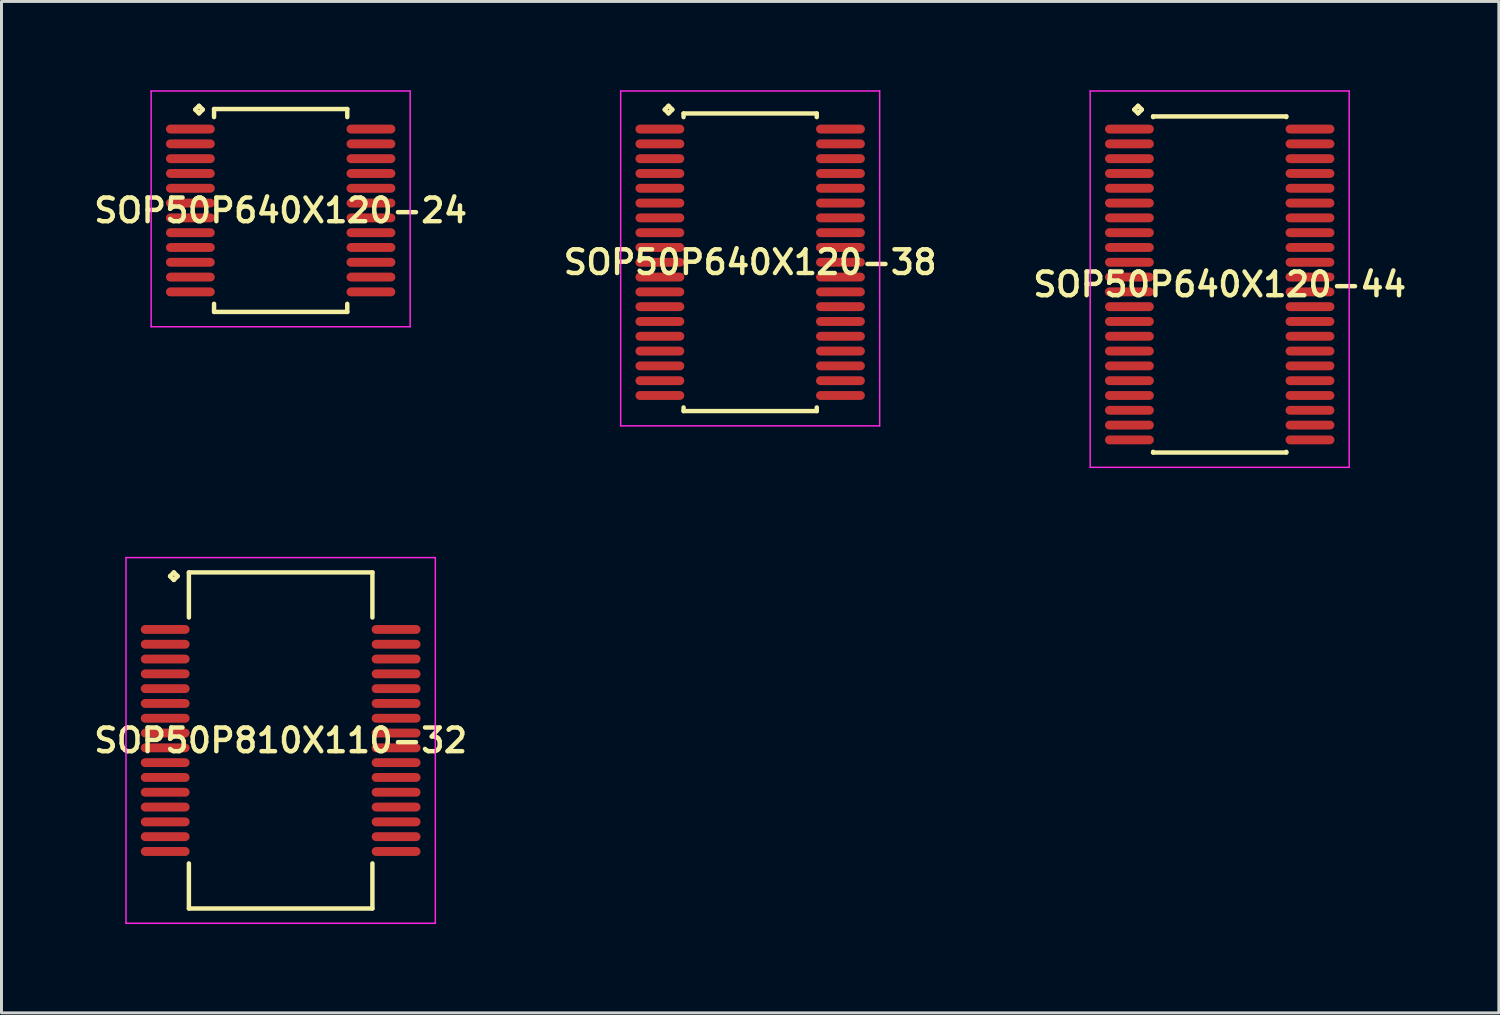
<source format=kicad_pcb>
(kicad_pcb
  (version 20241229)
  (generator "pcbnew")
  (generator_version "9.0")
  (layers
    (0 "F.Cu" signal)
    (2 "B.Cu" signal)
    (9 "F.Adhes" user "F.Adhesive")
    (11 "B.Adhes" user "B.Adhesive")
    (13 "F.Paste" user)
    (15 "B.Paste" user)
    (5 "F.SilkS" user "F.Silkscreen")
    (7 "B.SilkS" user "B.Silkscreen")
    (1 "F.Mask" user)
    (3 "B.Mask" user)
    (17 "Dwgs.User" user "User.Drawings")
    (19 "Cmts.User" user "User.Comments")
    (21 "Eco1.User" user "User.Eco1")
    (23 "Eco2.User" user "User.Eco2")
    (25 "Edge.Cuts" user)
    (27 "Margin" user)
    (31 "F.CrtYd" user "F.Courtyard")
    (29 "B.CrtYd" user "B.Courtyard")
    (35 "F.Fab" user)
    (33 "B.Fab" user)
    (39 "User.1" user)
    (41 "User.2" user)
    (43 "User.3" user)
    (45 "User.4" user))
  (footprint "SOP50P640X120-24"
    (layer "F.Cu")
    (at 6.431 4.06)
    (property "Reference" "SOP50P640X120-24" (at 0 0 0) (layer "F.SilkS") (effects (font (size 0.8 0.8) (thickness 0.15))))
    (attr smd)
    (fp_line (start -2.885 -3.408) (end -2.758 -3.535) (stroke (width 0.15) (type solid)) (layer "F.SilkS"))
    (fp_line (start -2.758 -3.535) (end -2.631 -3.408) (stroke (width 0.15) (type solid)) (layer "F.SilkS"))
    (fp_line (start -2.758 -3.281) (end -2.885 -3.408) (stroke (width 0.15) (type solid)) (layer "F.SilkS"))
    (fp_line (start -2.631 -3.408) (end -2.758 -3.281) (stroke (width 0.15) (type solid)) (layer "F.SilkS"))
    (fp_line (start -2.25 -3.427) (end 2.25 -3.427) (stroke (width 0.15) (type solid)) (layer "F.SilkS"))
    (fp_line (start -2.25 -3.154) (end -2.25 -3.427) (stroke (width 0.15) (type solid)) (layer "F.SilkS"))
    (fp_line (start -2.25 3.154) (end -2.25 3.427) (stroke (width 0.15) (type solid)) (layer "F.SilkS"))
    (fp_line (start -2.25 3.427) (end 2.25 3.427) (stroke (width 0.15) (type solid)) (layer "F.SilkS"))
    (fp_line (start 2.25 -3.427) (end 2.25 -3.154) (stroke (width 0.15) (type solid)) (layer "F.SilkS"))
    (fp_line (start 2.25 3.427) (end 2.25 3.154) (stroke (width 0.15) (type solid)) (layer "F.SilkS"))
    (fp_line (start -4.375 -4.035) (end 4.375 -4.035) (stroke (width 0.05) (type solid)) (layer "F.CrtYd"))
    (fp_line (start -4.375 3.927) (end -4.375 -4.035) (stroke (width 0.05) (type solid)) (layer "F.CrtYd"))
    (fp_line (start 4.375 -4.035) (end 4.375 3.927) (stroke (width 0.05) (type solid)) (layer "F.CrtYd"))
    (fp_line (start 4.375 3.927) (end -4.375 3.927) (stroke (width 0.05) (type solid)) (layer "F.CrtYd"))
    (pad "1" smd oval (at -3.05 -2.75) (size 1.65 0.3) (layers "F.Cu" "F.Mask" "F.Paste"))
    (pad "2" smd oval (at -3.05 -2.25) (size 1.65 0.3) (layers "F.Cu" "F.Mask" "F.Paste"))
    (pad "3" smd oval (at -3.05 -1.75) (size 1.65 0.3) (layers "F.Cu" "F.Mask" "F.Paste"))
    (pad "4" smd oval (at -3.05 -1.25) (size 1.65 0.3) (layers "F.Cu" "F.Mask" "F.Paste"))
    (pad "5" smd oval (at -3.05 -0.75) (size 1.65 0.3) (layers "F.Cu" "F.Mask" "F.Paste"))
    (pad "6" smd oval (at -3.05 -0.25) (size 1.65 0.3) (layers "F.Cu" "F.Mask" "F.Paste"))
    (pad "7" smd oval (at -3.05 0.25) (size 1.65 0.3) (layers "F.Cu" "F.Mask" "F.Paste"))
    (pad "8" smd oval (at -3.05 0.75) (size 1.65 0.3) (layers "F.Cu" "F.Mask" "F.Paste"))
    (pad "9" smd oval (at -3.05 1.25) (size 1.65 0.3) (layers "F.Cu" "F.Mask" "F.Paste"))
    (pad "10" smd oval (at -3.05 1.75) (size 1.65 0.3) (layers "F.Cu" "F.Mask" "F.Paste"))
    (pad "11" smd oval (at -3.05 2.25) (size 1.65 0.3) (layers "F.Cu" "F.Mask" "F.Paste"))
    (pad "12" smd oval (at -3.05 2.75) (size 1.65 0.3) (layers "F.Cu" "F.Mask" "F.Paste"))
    (pad "13" smd oval (at 3.05 2.75) (size 1.65 0.3) (layers "F.Cu" "F.Mask" "F.Paste"))
    (pad "14" smd oval (at 3.05 2.25) (size 1.65 0.3) (layers "F.Cu" "F.Mask" "F.Paste"))
    (pad "15" smd oval (at 3.05 1.75) (size 1.65 0.3) (layers "F.Cu" "F.Mask" "F.Paste"))
    (pad "16" smd oval (at 3.05 1.25) (size 1.65 0.3) (layers "F.Cu" "F.Mask" "F.Paste"))
    (pad "17" smd oval (at 3.05 0.75) (size 1.65 0.3) (layers "F.Cu" "F.Mask" "F.Paste"))
    (pad "18" smd oval (at 3.05 0.25) (size 1.65 0.3) (layers "F.Cu" "F.Mask" "F.Paste"))
    (pad "19" smd oval (at 3.05 -0.25) (size 1.65 0.3) (layers "F.Cu" "F.Mask" "F.Paste"))
    (pad "20" smd oval (at 3.05 -0.75) (size 1.65 0.3) (layers "F.Cu" "F.Mask" "F.Paste"))
    (pad "21" smd oval (at 3.05 -1.25) (size 1.65 0.3) (layers "F.Cu" "F.Mask" "F.Paste"))
    (pad "22" smd oval (at 3.05 -1.75) (size 1.65 0.3) (layers "F.Cu" "F.Mask" "F.Paste"))
    (pad "23" smd oval (at 3.05 -2.25) (size 1.65 0.3) (layers "F.Cu" "F.Mask" "F.Paste"))
    (pad "24" smd oval (at 3.05 -2.75) (size 1.65 0.3) (layers "F.Cu" "F.Mask" "F.Paste")))
  (footprint "SOP50P640X120-44"
    (layer "F.Cu")
    (at 38.154 6.56)
    (property "Reference" "SOP50P640X120-44" (at 0 0 0) (layer "F.SilkS") (effects (font (size 0.8 0.8) (thickness 0.15))))
    (attr smd)
    (fp_line (start -2.885 -5.908) (end -2.758 -6.035) (stroke (width 0.15) (type solid)) (layer "F.SilkS"))
    (fp_line (start -2.758 -6.035) (end -2.631 -5.908) (stroke (width 0.15) (type solid)) (layer "F.SilkS"))
    (fp_line (start -2.758 -5.781) (end -2.885 -5.908) (stroke (width 0.15) (type solid)) (layer "F.SilkS"))
    (fp_line (start -2.631 -5.908) (end -2.758 -5.781) (stroke (width 0.15) (type solid)) (layer "F.SilkS"))
    (fp_line (start -2.25 -5.677) (end 2.25 -5.677) (stroke (width 0.15) (type solid)) (layer "F.SilkS"))
    (fp_line (start -2.25 -5.654) (end -2.25 -5.677) (stroke (width 0.15) (type solid)) (layer "F.SilkS"))
    (fp_line (start -2.25 5.654) (end -2.25 5.677) (stroke (width 0.15) (type solid)) (layer "F.SilkS"))
    (fp_line (start -2.25 5.677) (end 2.25 5.677) (stroke (width 0.15) (type solid)) (layer "F.SilkS"))
    (fp_line (start 2.25 -5.677) (end 2.25 -5.654) (stroke (width 0.15) (type solid)) (layer "F.SilkS"))
    (fp_line (start 2.25 5.677) (end 2.25 5.654) (stroke (width 0.15) (type solid)) (layer "F.SilkS"))
    (fp_line (start -4.375 -6.535) (end 4.375 -6.535) (stroke (width 0.05) (type solid)) (layer "F.CrtYd"))
    (fp_line (start -4.375 6.177) (end -4.375 -6.535) (stroke (width 0.05) (type solid)) (layer "F.CrtYd"))
    (fp_line (start 4.375 -6.535) (end 4.375 6.177) (stroke (width 0.05) (type solid)) (layer "F.CrtYd"))
    (fp_line (start 4.375 6.177) (end -4.375 6.177) (stroke (width 0.05) (type solid)) (layer "F.CrtYd"))
    (pad "1" smd oval (at -3.05 -5.25) (size 1.65 0.3) (layers "F.Cu" "F.Mask" "F.Paste"))
    (pad "2" smd oval (at -3.05 -4.75) (size 1.65 0.3) (layers "F.Cu" "F.Mask" "F.Paste"))
    (pad "3" smd oval (at -3.05 -4.25) (size 1.65 0.3) (layers "F.Cu" "F.Mask" "F.Paste"))
    (pad "4" smd oval (at -3.05 -3.75) (size 1.65 0.3) (layers "F.Cu" "F.Mask" "F.Paste"))
    (pad "5" smd oval (at -3.05 -3.25) (size 1.65 0.3) (layers "F.Cu" "F.Mask" "F.Paste"))
    (pad "6" smd oval (at -3.05 -2.75) (size 1.65 0.3) (layers "F.Cu" "F.Mask" "F.Paste"))
    (pad "7" smd oval (at -3.05 -2.25) (size 1.65 0.3) (layers "F.Cu" "F.Mask" "F.Paste"))
    (pad "8" smd oval (at -3.05 -1.75) (size 1.65 0.3) (layers "F.Cu" "F.Mask" "F.Paste"))
    (pad "9" smd oval (at -3.05 -1.25) (size 1.65 0.3) (layers "F.Cu" "F.Mask" "F.Paste"))
    (pad "10" smd oval (at -3.05 -0.75) (size 1.65 0.3) (layers "F.Cu" "F.Mask" "F.Paste"))
    (pad "11" smd oval (at -3.05 -0.25) (size 1.65 0.3) (layers "F.Cu" "F.Mask" "F.Paste"))
    (pad "12" smd oval (at -3.05 0.25) (size 1.65 0.3) (layers "F.Cu" "F.Mask" "F.Paste"))
    (pad "13" smd oval (at -3.05 0.75) (size 1.65 0.3) (layers "F.Cu" "F.Mask" "F.Paste"))
    (pad "14" smd oval (at -3.05 1.25) (size 1.65 0.3) (layers "F.Cu" "F.Mask" "F.Paste"))
    (pad "15" smd oval (at -3.05 1.75) (size 1.65 0.3) (layers "F.Cu" "F.Mask" "F.Paste"))
    (pad "16" smd oval (at -3.05 2.25) (size 1.65 0.3) (layers "F.Cu" "F.Mask" "F.Paste"))
    (pad "17" smd oval (at -3.05 2.75) (size 1.65 0.3) (layers "F.Cu" "F.Mask" "F.Paste"))
    (pad "18" smd oval (at -3.05 3.25) (size 1.65 0.3) (layers "F.Cu" "F.Mask" "F.Paste"))
    (pad "19" smd oval (at -3.05 3.75) (size 1.65 0.3) (layers "F.Cu" "F.Mask" "F.Paste"))
    (pad "20" smd oval (at -3.05 4.25) (size 1.65 0.3) (layers "F.Cu" "F.Mask" "F.Paste"))
    (pad "21" smd oval (at -3.05 4.75) (size 1.65 0.3) (layers "F.Cu" "F.Mask" "F.Paste"))
    (pad "22" smd oval (at -3.05 5.25) (size 1.65 0.3) (layers "F.Cu" "F.Mask" "F.Paste"))
    (pad "23" smd oval (at 3.05 5.25) (size 1.65 0.3) (layers "F.Cu" "F.Mask" "F.Paste"))
    (pad "24" smd oval (at 3.05 4.75) (size 1.65 0.3) (layers "F.Cu" "F.Mask" "F.Paste"))
    (pad "25" smd oval (at 3.05 4.25) (size 1.65 0.3) (layers "F.Cu" "F.Mask" "F.Paste"))
    (pad "26" smd oval (at 3.05 3.75) (size 1.65 0.3) (layers "F.Cu" "F.Mask" "F.Paste"))
    (pad "27" smd oval (at 3.05 3.25) (size 1.65 0.3) (layers "F.Cu" "F.Mask" "F.Paste"))
    (pad "28" smd oval (at 3.05 2.75) (size 1.65 0.3) (layers "F.Cu" "F.Mask" "F.Paste"))
    (pad "29" smd oval (at 3.05 2.25) (size 1.65 0.3) (layers "F.Cu" "F.Mask" "F.Paste"))
    (pad "30" smd oval (at 3.05 1.75) (size 1.65 0.3) (layers "F.Cu" "F.Mask" "F.Paste"))
    (pad "31" smd oval (at 3.05 1.25) (size 1.65 0.3) (layers "F.Cu" "F.Mask" "F.Paste"))
    (pad "32" smd oval (at 3.05 0.75) (size 1.65 0.3) (layers "F.Cu" "F.Mask" "F.Paste"))
    (pad "33" smd oval (at 3.05 0.25) (size 1.65 0.3) (layers "F.Cu" "F.Mask" "F.Paste"))
    (pad "34" smd oval (at 3.05 -0.25) (size 1.65 0.3) (layers "F.Cu" "F.Mask" "F.Paste"))
    (pad "35" smd oval (at 3.05 -0.75) (size 1.65 0.3) (layers "F.Cu" "F.Mask" "F.Paste"))
    (pad "36" smd oval (at 3.05 -1.25) (size 1.65 0.3) (layers "F.Cu" "F.Mask" "F.Paste"))
    (pad "37" smd oval (at 3.05 -1.75) (size 1.65 0.3) (layers "F.Cu" "F.Mask" "F.Paste"))
    (pad "38" smd oval (at 3.05 -2.25) (size 1.65 0.3) (layers "F.Cu" "F.Mask" "F.Paste"))
    (pad "39" smd oval (at 3.05 -2.75) (size 1.65 0.3) (layers "F.Cu" "F.Mask" "F.Paste"))
    (pad "40" smd oval (at 3.05 -3.25) (size 1.65 0.3) (layers "F.Cu" "F.Mask" "F.Paste"))
    (pad "41" smd oval (at 3.05 -3.75) (size 1.65 0.3) (layers "F.Cu" "F.Mask" "F.Paste"))
    (pad "42" smd oval (at 3.05 -4.25) (size 1.65 0.3) (layers "F.Cu" "F.Mask" "F.Paste"))
    (pad "43" smd oval (at 3.05 -4.75) (size 1.65 0.3) (layers "F.Cu" "F.Mask" "F.Paste"))
    (pad "44" smd oval (at 3.05 -5.25) (size 1.65 0.3) (layers "F.Cu" "F.Mask" "F.Paste")))
  (footprint "SOP50P640X120-38"
    (layer "F.Cu")
    (at 22.292 5.81)
    (property "Reference" "SOP50P640X120-38" (at 0 0 0) (layer "F.SilkS") (effects (font (size 0.8 0.8) (thickness 0.15))))
    (attr smd)
    (fp_line (start -2.885 -5.158) (end -2.758 -5.285) (stroke (width 0.15) (type solid)) (layer "F.SilkS"))
    (fp_line (start -2.758 -5.285) (end -2.631 -5.158) (stroke (width 0.15) (type solid)) (layer "F.SilkS"))
    (fp_line (start -2.758 -5.031) (end -2.885 -5.158) (stroke (width 0.15) (type solid)) (layer "F.SilkS"))
    (fp_line (start -2.631 -5.158) (end -2.758 -5.031) (stroke (width 0.15) (type solid)) (layer "F.SilkS"))
    (fp_line (start -2.25 -5.027) (end 2.25 -5.027) (stroke (width 0.15) (type solid)) (layer "F.SilkS"))
    (fp_line (start -2.25 -4.904) (end -2.25 -5.027) (stroke (width 0.15) (type solid)) (layer "F.SilkS"))
    (fp_line (start -2.25 4.904) (end -2.25 5.027) (stroke (width 0.15) (type solid)) (layer "F.SilkS"))
    (fp_line (start -2.25 5.027) (end 2.25 5.027) (stroke (width 0.15) (type solid)) (layer "F.SilkS"))
    (fp_line (start 2.25 -5.027) (end 2.25 -4.904) (stroke (width 0.15) (type solid)) (layer "F.SilkS"))
    (fp_line (start 2.25 5.027) (end 2.25 4.904) (stroke (width 0.15) (type solid)) (layer "F.SilkS"))
    (fp_line (start -4.375 -5.785) (end 4.375 -5.785) (stroke (width 0.05) (type solid)) (layer "F.CrtYd"))
    (fp_line (start -4.375 5.527) (end -4.375 -5.785) (stroke (width 0.05) (type solid)) (layer "F.CrtYd"))
    (fp_line (start 4.375 -5.785) (end 4.375 5.527) (stroke (width 0.05) (type solid)) (layer "F.CrtYd"))
    (fp_line (start 4.375 5.527) (end -4.375 5.527) (stroke (width 0.05) (type solid)) (layer "F.CrtYd"))
    (pad "1" smd oval (at -3.05 -4.5) (size 1.65 0.3) (layers "F.Cu" "F.Mask" "F.Paste"))
    (pad "2" smd oval (at -3.05 -4) (size 1.65 0.3) (layers "F.Cu" "F.Mask" "F.Paste"))
    (pad "3" smd oval (at -3.05 -3.5) (size 1.65 0.3) (layers "F.Cu" "F.Mask" "F.Paste"))
    (pad "4" smd oval (at -3.05 -3) (size 1.65 0.3) (layers "F.Cu" "F.Mask" "F.Paste"))
    (pad "5" smd oval (at -3.05 -2.5) (size 1.65 0.3) (layers "F.Cu" "F.Mask" "F.Paste"))
    (pad "6" smd oval (at -3.05 -2) (size 1.65 0.3) (layers "F.Cu" "F.Mask" "F.Paste"))
    (pad "7" smd oval (at -3.05 -1.5) (size 1.65 0.3) (layers "F.Cu" "F.Mask" "F.Paste"))
    (pad "8" smd oval (at -3.05 -1) (size 1.65 0.3) (layers "F.Cu" "F.Mask" "F.Paste"))
    (pad "9" smd oval (at -3.05 -0.5) (size 1.65 0.3) (layers "F.Cu" "F.Mask" "F.Paste"))
    (pad "10" smd oval (at -3.05 0) (size 1.65 0.3) (layers "F.Cu" "F.Mask" "F.Paste"))
    (pad "11" smd oval (at -3.05 0.5) (size 1.65 0.3) (layers "F.Cu" "F.Mask" "F.Paste"))
    (pad "12" smd oval (at -3.05 1) (size 1.65 0.3) (layers "F.Cu" "F.Mask" "F.Paste"))
    (pad "13" smd oval (at -3.05 1.5) (size 1.65 0.3) (layers "F.Cu" "F.Mask" "F.Paste"))
    (pad "14" smd oval (at -3.05 2) (size 1.65 0.3) (layers "F.Cu" "F.Mask" "F.Paste"))
    (pad "15" smd oval (at -3.05 2.5) (size 1.65 0.3) (layers "F.Cu" "F.Mask" "F.Paste"))
    (pad "16" smd oval (at -3.05 3) (size 1.65 0.3) (layers "F.Cu" "F.Mask" "F.Paste"))
    (pad "17" smd oval (at -3.05 3.5) (size 1.65 0.3) (layers "F.Cu" "F.Mask" "F.Paste"))
    (pad "18" smd oval (at -3.05 4) (size 1.65 0.3) (layers "F.Cu" "F.Mask" "F.Paste"))
    (pad "19" smd oval (at -3.05 4.5) (size 1.65 0.3) (layers "F.Cu" "F.Mask" "F.Paste"))
    (pad "20" smd oval (at 3.05 4.5) (size 1.65 0.3) (layers "F.Cu" "F.Mask" "F.Paste"))
    (pad "21" smd oval (at 3.05 4) (size 1.65 0.3) (layers "F.Cu" "F.Mask" "F.Paste"))
    (pad "22" smd oval (at 3.05 3.5) (size 1.65 0.3) (layers "F.Cu" "F.Mask" "F.Paste"))
    (pad "23" smd oval (at 3.05 3) (size 1.65 0.3) (layers "F.Cu" "F.Mask" "F.Paste"))
    (pad "24" smd oval (at 3.05 2.5) (size 1.65 0.3) (layers "F.Cu" "F.Mask" "F.Paste"))
    (pad "25" smd oval (at 3.05 2) (size 1.65 0.3) (layers "F.Cu" "F.Mask" "F.Paste"))
    (pad "26" smd oval (at 3.05 1.5) (size 1.65 0.3) (layers "F.Cu" "F.Mask" "F.Paste"))
    (pad "27" smd oval (at 3.05 1) (size 1.65 0.3) (layers "F.Cu" "F.Mask" "F.Paste"))
    (pad "28" smd oval (at 3.05 0.5) (size 1.65 0.3) (layers "F.Cu" "F.Mask" "F.Paste"))
    (pad "29" smd oval (at 3.05 0) (size 1.65 0.3) (layers "F.Cu" "F.Mask" "F.Paste"))
    (pad "30" smd oval (at 3.05 -0.5) (size 1.65 0.3) (layers "F.Cu" "F.Mask" "F.Paste"))
    (pad "31" smd oval (at 3.05 -1) (size 1.65 0.3) (layers "F.Cu" "F.Mask" "F.Paste"))
    (pad "32" smd oval (at 3.05 -1.5) (size 1.65 0.3) (layers "F.Cu" "F.Mask" "F.Paste"))
    (pad "33" smd oval (at 3.05 -2) (size 1.65 0.3) (layers "F.Cu" "F.Mask" "F.Paste"))
    (pad "34" smd oval (at 3.05 -2.5) (size 1.65 0.3) (layers "F.Cu" "F.Mask" "F.Paste"))
    (pad "35" smd oval (at 3.05 -3) (size 1.65 0.3) (layers "F.Cu" "F.Mask" "F.Paste"))
    (pad "36" smd oval (at 3.05 -3.5) (size 1.65 0.3) (layers "F.Cu" "F.Mask" "F.Paste"))
    (pad "37" smd oval (at 3.05 -4) (size 1.65 0.3) (layers "F.Cu" "F.Mask" "F.Paste"))
    (pad "38" smd oval (at 3.05 -4.5) (size 1.65 0.3) (layers "F.Cu" "F.Mask" "F.Paste")))
  (footprint "SOP50P810X110-32"
    (layer "F.Cu")
    (at 6.431 21.964)
    (property "Reference" "SOP50P810X110-32" (at 0 0 0) (layer "F.SilkS") (effects (font (size 0.8 0.8) (thickness 0.15))))
    (attr smd)
    (fp_line (start -3.735 -5.55) (end -3.608 -5.677) (stroke (width 0.15) (type solid)) (layer "F.SilkS"))
    (fp_line (start -3.608 -5.677) (end -3.481 -5.55) (stroke (width 0.15) (type solid)) (layer "F.SilkS"))
    (fp_line (start -3.608 -5.423) (end -3.735 -5.55) (stroke (width 0.15) (type solid)) (layer "F.SilkS"))
    (fp_line (start -3.481 -5.55) (end -3.608 -5.423) (stroke (width 0.15) (type solid)) (layer "F.SilkS"))
    (fp_line (start -3.1 -5.677) (end 3.1 -5.677) (stroke (width 0.15) (type solid)) (layer "F.SilkS"))
    (fp_line (start -3.1 -4.154) (end -3.1 -5.677) (stroke (width 0.15) (type solid)) (layer "F.SilkS"))
    (fp_line (start -3.1 4.154) (end -3.1 5.677) (stroke (width 0.15) (type solid)) (layer "F.SilkS"))
    (fp_line (start -3.1 5.677) (end 3.1 5.677) (stroke (width 0.15) (type solid)) (layer "F.SilkS"))
    (fp_line (start 3.1 -5.677) (end 3.1 -4.154) (stroke (width 0.15) (type solid)) (layer "F.SilkS"))
    (fp_line (start 3.1 5.677) (end 3.1 4.154) (stroke (width 0.15) (type solid)) (layer "F.SilkS"))
    (fp_line (start -5.225 -6.177) (end 5.225 -6.177) (stroke (width 0.05) (type solid)) (layer "F.CrtYd"))
    (fp_line (start -5.225 6.177) (end -5.225 -6.177) (stroke (width 0.05) (type solid)) (layer "F.CrtYd"))
    (fp_line (start 5.225 -6.177) (end 5.225 6.177) (stroke (width 0.05) (type solid)) (layer "F.CrtYd"))
    (fp_line (start 5.225 6.177) (end -5.225 6.177) (stroke (width 0.05) (type solid)) (layer "F.CrtYd"))
    (pad "1" smd oval (at -3.9 -3.75) (size 1.65 0.3) (layers "F.Cu" "F.Mask" "F.Paste"))
    (pad "2" smd oval (at -3.9 -3.25) (size 1.65 0.3) (layers "F.Cu" "F.Mask" "F.Paste"))
    (pad "3" smd oval (at -3.9 -2.75) (size 1.65 0.3) (layers "F.Cu" "F.Mask" "F.Paste"))
    (pad "4" smd oval (at -3.9 -2.25) (size 1.65 0.3) (layers "F.Cu" "F.Mask" "F.Paste"))
    (pad "5" smd oval (at -3.9 -1.75) (size 1.65 0.3) (layers "F.Cu" "F.Mask" "F.Paste"))
    (pad "6" smd oval (at -3.9 -1.25) (size 1.65 0.3) (layers "F.Cu" "F.Mask" "F.Paste"))
    (pad "7" smd oval (at -3.9 -0.75) (size 1.65 0.3) (layers "F.Cu" "F.Mask" "F.Paste"))
    (pad "8" smd oval (at -3.9 -0.25) (size 1.65 0.3) (layers "F.Cu" "F.Mask" "F.Paste"))
    (pad "9" smd oval (at -3.9 0.25) (size 1.65 0.3) (layers "F.Cu" "F.Mask" "F.Paste"))
    (pad "10" smd oval (at -3.9 0.75) (size 1.65 0.3) (layers "F.Cu" "F.Mask" "F.Paste"))
    (pad "11" smd oval (at -3.9 1.25) (size 1.65 0.3) (layers "F.Cu" "F.Mask" "F.Paste"))
    (pad "12" smd oval (at -3.9 1.75) (size 1.65 0.3) (layers "F.Cu" "F.Mask" "F.Paste"))
    (pad "13" smd oval (at -3.9 2.25) (size 1.65 0.3) (layers "F.Cu" "F.Mask" "F.Paste"))
    (pad "14" smd oval (at -3.9 2.75) (size 1.65 0.3) (layers "F.Cu" "F.Mask" "F.Paste"))
    (pad "15" smd oval (at -3.9 3.25) (size 1.65 0.3) (layers "F.Cu" "F.Mask" "F.Paste"))
    (pad "16" smd oval (at -3.9 3.75) (size 1.65 0.3) (layers "F.Cu" "F.Mask" "F.Paste"))
    (pad "17" smd oval (at 3.9 3.75) (size 1.65 0.3) (layers "F.Cu" "F.Mask" "F.Paste"))
    (pad "18" smd oval (at 3.9 3.25) (size 1.65 0.3) (layers "F.Cu" "F.Mask" "F.Paste"))
    (pad "19" smd oval (at 3.9 2.75) (size 1.65 0.3) (layers "F.Cu" "F.Mask" "F.Paste"))
    (pad "20" smd oval (at 3.9 2.25) (size 1.65 0.3) (layers "F.Cu" "F.Mask" "F.Paste"))
    (pad "21" smd oval (at 3.9 1.75) (size 1.65 0.3) (layers "F.Cu" "F.Mask" "F.Paste"))
    (pad "22" smd oval (at 3.9 1.25) (size 1.65 0.3) (layers "F.Cu" "F.Mask" "F.Paste"))
    (pad "23" smd oval (at 3.9 0.75) (size 1.65 0.3) (layers "F.Cu" "F.Mask" "F.Paste"))
    (pad "24" smd oval (at 3.9 0.25) (size 1.65 0.3) (layers "F.Cu" "F.Mask" "F.Paste"))
    (pad "25" smd oval (at 3.9 -0.25) (size 1.65 0.3) (layers "F.Cu" "F.Mask" "F.Paste"))
    (pad "26" smd oval (at 3.9 -0.75) (size 1.65 0.3) (layers "F.Cu" "F.Mask" "F.Paste"))
    (pad "27" smd oval (at 3.9 -1.25) (size 1.65 0.3) (layers "F.Cu" "F.Mask" "F.Paste"))
    (pad "28" smd oval (at 3.9 -1.75) (size 1.65 0.3) (layers "F.Cu" "F.Mask" "F.Paste"))
    (pad "29" smd oval (at 3.9 -2.25) (size 1.65 0.3) (layers "F.Cu" "F.Mask" "F.Paste"))
    (pad "30" smd oval (at 3.9 -2.75) (size 1.65 0.3) (layers "F.Cu" "F.Mask" "F.Paste"))
    (pad "31" smd oval (at 3.9 -3.25) (size 1.65 0.3) (layers "F.Cu" "F.Mask" "F.Paste"))
    (pad "32" smd oval (at 3.9 -3.75) (size 1.65 0.3) (layers "F.Cu" "F.Mask" "F.Paste")))
  (gr_rect
    (start -3 -3)
    (end 47.584 31.166)
    (stroke (width 0.1) (type default))
    (fill no)
    (layer "Edge.Cuts")))
</source>
